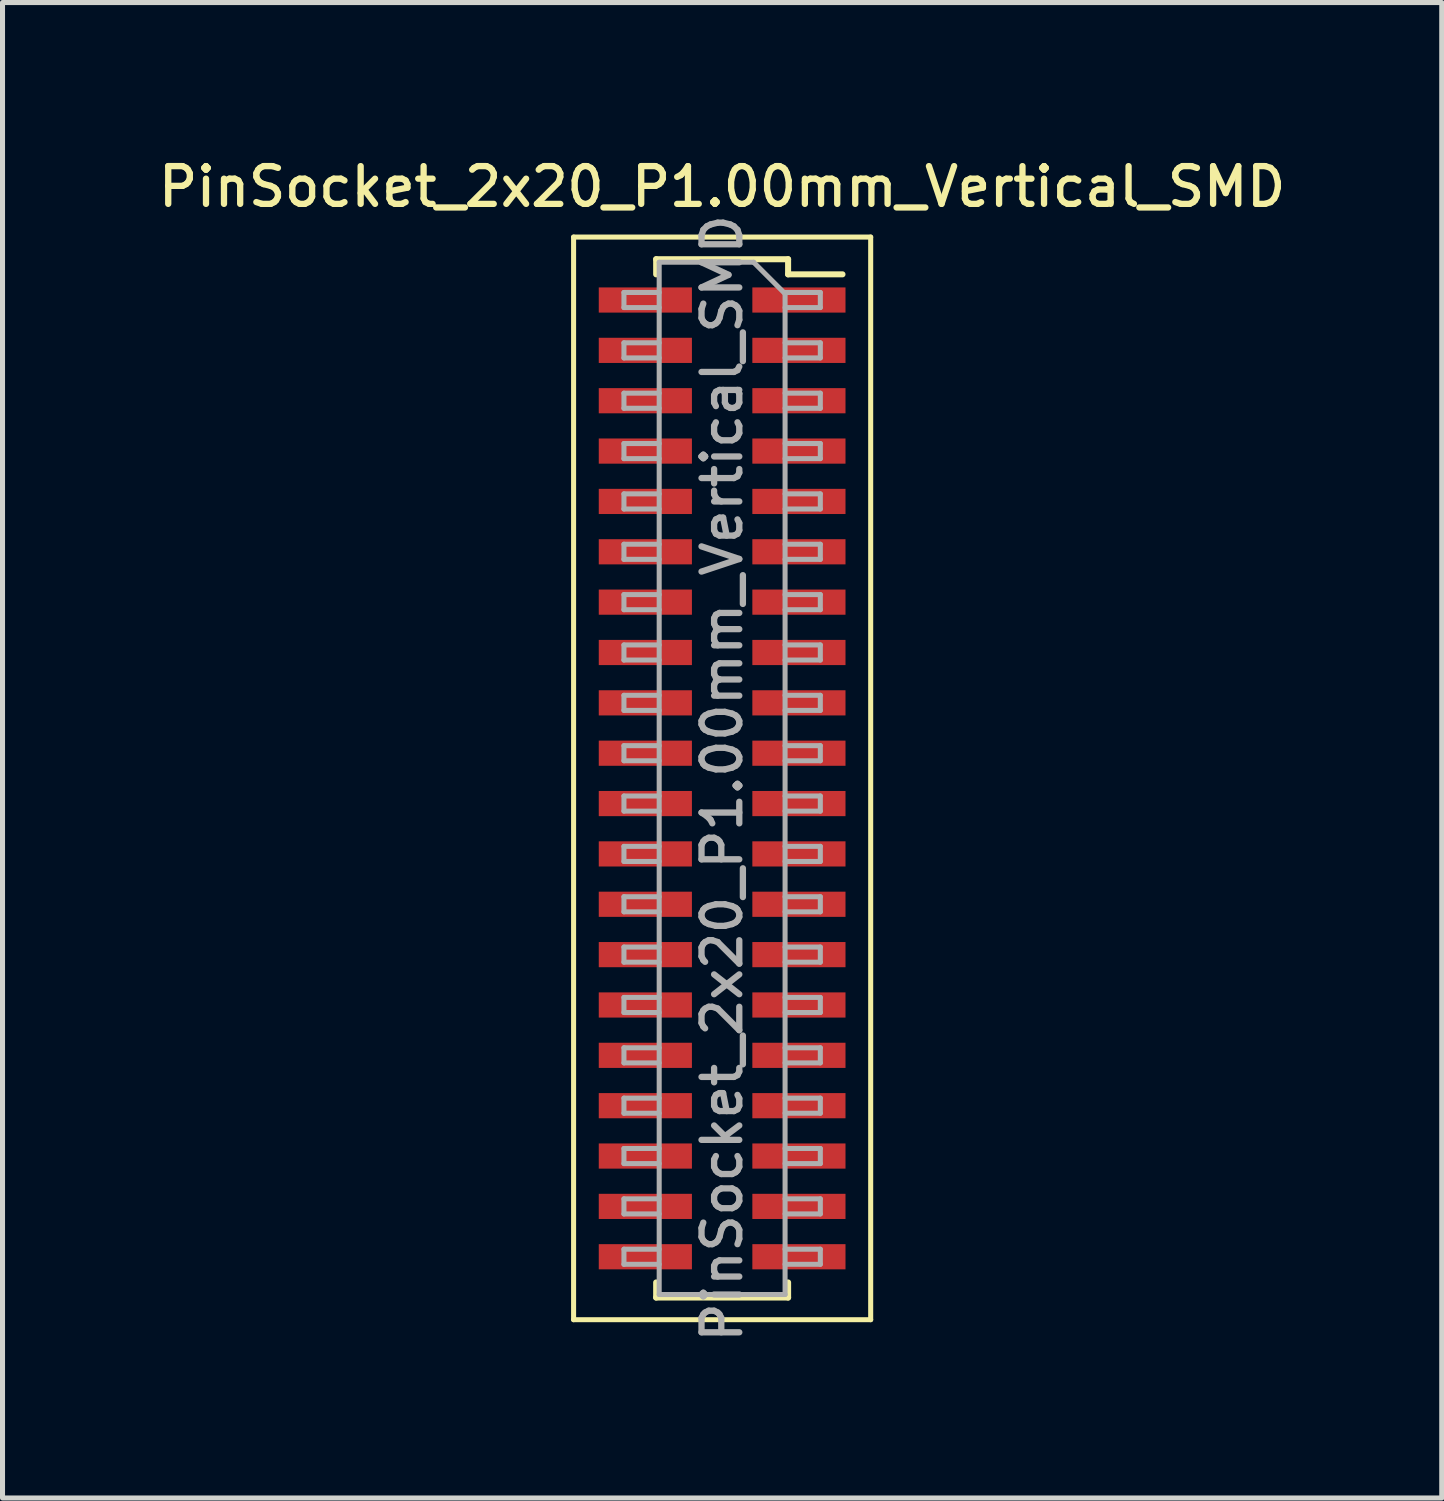
<source format=kicad_pcb>
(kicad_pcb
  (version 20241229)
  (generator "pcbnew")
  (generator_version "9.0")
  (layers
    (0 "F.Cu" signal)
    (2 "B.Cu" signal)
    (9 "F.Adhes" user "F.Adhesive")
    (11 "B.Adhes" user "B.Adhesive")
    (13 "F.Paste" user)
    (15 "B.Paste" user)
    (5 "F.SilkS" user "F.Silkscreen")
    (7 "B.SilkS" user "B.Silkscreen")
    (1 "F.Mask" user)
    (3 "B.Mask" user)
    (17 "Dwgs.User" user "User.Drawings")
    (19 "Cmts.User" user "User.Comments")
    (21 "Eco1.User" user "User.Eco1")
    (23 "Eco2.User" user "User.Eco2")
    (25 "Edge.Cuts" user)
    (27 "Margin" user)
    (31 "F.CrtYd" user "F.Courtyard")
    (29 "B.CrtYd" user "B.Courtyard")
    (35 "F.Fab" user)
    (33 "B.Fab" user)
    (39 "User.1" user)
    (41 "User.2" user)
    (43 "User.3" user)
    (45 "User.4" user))
  (footprint "PinSocket_2x20_P1.00mm_Vertical_SMD"
    (layer "F.Cu")
    (at 11.291 12.408)
    (property "Reference" "PinSocket_2x20_P1.00mm_Vertical_SMD" (at 0 -11.75 0) (layer "F.SilkS") (effects (font (size 0.75 0.75) (thickness 0.125))))
    (attr smd)
    (fp_line (start -2.95 -10.75) (end 2.95 -10.75) (stroke (width 0.1) (type solid)) (layer "F.SilkS"))
    (fp_line (start -2.95 10.75) (end -2.95 -10.75) (stroke (width 0.1) (type solid)) (layer "F.SilkS"))
    (fp_line (start -1.31 -10.31) (end -1.31 -10.01) (stroke (width 0.12) (type solid)) (layer "F.SilkS"))
    (fp_line (start -1.31 -10.31) (end 1.31 -10.31) (stroke (width 0.12) (type solid)) (layer "F.SilkS"))
    (fp_line (start -1.31 10.01) (end -1.31 10.31) (stroke (width 0.12) (type solid)) (layer "F.SilkS"))
    (fp_line (start -1.31 10.31) (end 1.31 10.31) (stroke (width 0.12) (type solid)) (layer "F.SilkS"))
    (fp_line (start 1.31 -10.31) (end 1.31 -10.01) (stroke (width 0.12) (type solid)) (layer "F.SilkS"))
    (fp_line (start 1.31 -10.01) (end 2.39 -10.01) (stroke (width 0.12) (type solid)) (layer "F.SilkS"))
    (fp_line (start 1.31 10.01) (end 1.31 10.31) (stroke (width 0.12) (type solid)) (layer "F.SilkS"))
    (fp_line (start 2.95 -10.75) (end 2.95 10.75) (stroke (width 0.1) (type solid)) (layer "F.SilkS"))
    (fp_line (start 2.95 10.75) (end -2.95 10.75) (stroke (width 0.1) (type solid)) (layer "F.SilkS"))
    (fp_line (start -1.95 -9.65) (end -1.25 -9.65) (stroke (width 0.1) (type solid)) (layer "F.Fab"))
    (fp_line (start -1.95 -9.35) (end -1.95 -9.65) (stroke (width 0.1) (type solid)) (layer "F.Fab"))
    (fp_line (start -1.95 -8.65) (end -1.25 -8.65) (stroke (width 0.1) (type solid)) (layer "F.Fab"))
    (fp_line (start -1.95 -8.35) (end -1.95 -8.65) (stroke (width 0.1) (type solid)) (layer "F.Fab"))
    (fp_line (start -1.95 -7.65) (end -1.25 -7.65) (stroke (width 0.1) (type solid)) (layer "F.Fab"))
    (fp_line (start -1.95 -7.35) (end -1.95 -7.65) (stroke (width 0.1) (type solid)) (layer "F.Fab"))
    (fp_line (start -1.95 -6.65) (end -1.25 -6.65) (stroke (width 0.1) (type solid)) (layer "F.Fab"))
    (fp_line (start -1.95 -6.35) (end -1.95 -6.65) (stroke (width 0.1) (type solid)) (layer "F.Fab"))
    (fp_line (start -1.95 -5.65) (end -1.25 -5.65) (stroke (width 0.1) (type solid)) (layer "F.Fab"))
    (fp_line (start -1.95 -5.35) (end -1.95 -5.65) (stroke (width 0.1) (type solid)) (layer "F.Fab"))
    (fp_line (start -1.95 -4.65) (end -1.25 -4.65) (stroke (width 0.1) (type solid)) (layer "F.Fab"))
    (fp_line (start -1.95 -4.35) (end -1.95 -4.65) (stroke (width 0.1) (type solid)) (layer "F.Fab"))
    (fp_line (start -1.95 -3.65) (end -1.25 -3.65) (stroke (width 0.1) (type solid)) (layer "F.Fab"))
    (fp_line (start -1.95 -3.35) (end -1.95 -3.65) (stroke (width 0.1) (type solid)) (layer "F.Fab"))
    (fp_line (start -1.95 -2.65) (end -1.25 -2.65) (stroke (width 0.1) (type solid)) (layer "F.Fab"))
    (fp_line (start -1.95 -2.35) (end -1.95 -2.65) (stroke (width 0.1) (type solid)) (layer "F.Fab"))
    (fp_line (start -1.95 -1.65) (end -1.25 -1.65) (stroke (width 0.1) (type solid)) (layer "F.Fab"))
    (fp_line (start -1.95 -1.35) (end -1.95 -1.65) (stroke (width 0.1) (type solid)) (layer "F.Fab"))
    (fp_line (start -1.95 -0.65) (end -1.25 -0.65) (stroke (width 0.1) (type solid)) (layer "F.Fab"))
    (fp_line (start -1.95 -0.35) (end -1.95 -0.65) (stroke (width 0.1) (type solid)) (layer "F.Fab"))
    (fp_line (start -1.95 0.35) (end -1.25 0.35) (stroke (width 0.1) (type solid)) (layer "F.Fab"))
    (fp_line (start -1.95 0.65) (end -1.95 0.35) (stroke (width 0.1) (type solid)) (layer "F.Fab"))
    (fp_line (start -1.95 1.35) (end -1.25 1.35) (stroke (width 0.1) (type solid)) (layer "F.Fab"))
    (fp_line (start -1.95 1.65) (end -1.95 1.35) (stroke (width 0.1) (type solid)) (layer "F.Fab"))
    (fp_line (start -1.95 2.35) (end -1.25 2.35) (stroke (width 0.1) (type solid)) (layer "F.Fab"))
    (fp_line (start -1.95 2.65) (end -1.95 2.35) (stroke (width 0.1) (type solid)) (layer "F.Fab"))
    (fp_line (start -1.95 3.35) (end -1.25 3.35) (stroke (width 0.1) (type solid)) (layer "F.Fab"))
    (fp_line (start -1.95 3.65) (end -1.95 3.35) (stroke (width 0.1) (type solid)) (layer "F.Fab"))
    (fp_line (start -1.95 4.35) (end -1.25 4.35) (stroke (width 0.1) (type solid)) (layer "F.Fab"))
    (fp_line (start -1.95 4.65) (end -1.95 4.35) (stroke (width 0.1) (type solid)) (layer "F.Fab"))
    (fp_line (start -1.95 5.35) (end -1.25 5.35) (stroke (width 0.1) (type solid)) (layer "F.Fab"))
    (fp_line (start -1.95 5.65) (end -1.95 5.35) (stroke (width 0.1) (type solid)) (layer "F.Fab"))
    (fp_line (start -1.95 6.35) (end -1.25 6.35) (stroke (width 0.1) (type solid)) (layer "F.Fab"))
    (fp_line (start -1.95 6.65) (end -1.95 6.35) (stroke (width 0.1) (type solid)) (layer "F.Fab"))
    (fp_line (start -1.95 7.35) (end -1.25 7.35) (stroke (width 0.1) (type solid)) (layer "F.Fab"))
    (fp_line (start -1.95 7.65) (end -1.95 7.35) (stroke (width 0.1) (type solid)) (layer "F.Fab"))
    (fp_line (start -1.95 8.35) (end -1.25 8.35) (stroke (width 0.1) (type solid)) (layer "F.Fab"))
    (fp_line (start -1.95 8.65) (end -1.95 8.35) (stroke (width 0.1) (type solid)) (layer "F.Fab"))
    (fp_line (start -1.95 9.35) (end -1.25 9.35) (stroke (width 0.1) (type solid)) (layer "F.Fab"))
    (fp_line (start -1.95 9.65) (end -1.95 9.35) (stroke (width 0.1) (type solid)) (layer "F.Fab"))
    (fp_line (start -1.25 -10.25) (end 0.625 -10.25) (stroke (width 0.1) (type solid)) (layer "F.Fab"))
    (fp_line (start -1.25 -9.35) (end -1.95 -9.35) (stroke (width 0.1) (type solid)) (layer "F.Fab"))
    (fp_line (start -1.25 -8.35) (end -1.95 -8.35) (stroke (width 0.1) (type solid)) (layer "F.Fab"))
    (fp_line (start -1.25 -7.35) (end -1.95 -7.35) (stroke (width 0.1) (type solid)) (layer "F.Fab"))
    (fp_line (start -1.25 -6.35) (end -1.95 -6.35) (stroke (width 0.1) (type solid)) (layer "F.Fab"))
    (fp_line (start -1.25 -5.35) (end -1.95 -5.35) (stroke (width 0.1) (type solid)) (layer "F.Fab"))
    (fp_line (start -1.25 -4.35) (end -1.95 -4.35) (stroke (width 0.1) (type solid)) (layer "F.Fab"))
    (fp_line (start -1.25 -3.35) (end -1.95 -3.35) (stroke (width 0.1) (type solid)) (layer "F.Fab"))
    (fp_line (start -1.25 -2.35) (end -1.95 -2.35) (stroke (width 0.1) (type solid)) (layer "F.Fab"))
    (fp_line (start -1.25 -1.35) (end -1.95 -1.35) (stroke (width 0.1) (type solid)) (layer "F.Fab"))
    (fp_line (start -1.25 -0.35) (end -1.95 -0.35) (stroke (width 0.1) (type solid)) (layer "F.Fab"))
    (fp_line (start -1.25 0.65) (end -1.95 0.65) (stroke (width 0.1) (type solid)) (layer "F.Fab"))
    (fp_line (start -1.25 1.65) (end -1.95 1.65) (stroke (width 0.1) (type solid)) (layer "F.Fab"))
    (fp_line (start -1.25 2.65) (end -1.95 2.65) (stroke (width 0.1) (type solid)) (layer "F.Fab"))
    (fp_line (start -1.25 3.65) (end -1.95 3.65) (stroke (width 0.1) (type solid)) (layer "F.Fab"))
    (fp_line (start -1.25 4.65) (end -1.95 4.65) (stroke (width 0.1) (type solid)) (layer "F.Fab"))
    (fp_line (start -1.25 5.65) (end -1.95 5.65) (stroke (width 0.1) (type solid)) (layer "F.Fab"))
    (fp_line (start -1.25 6.65) (end -1.95 6.65) (stroke (width 0.1) (type solid)) (layer "F.Fab"))
    (fp_line (start -1.25 7.65) (end -1.95 7.65) (stroke (width 0.1) (type solid)) (layer "F.Fab"))
    (fp_line (start -1.25 8.65) (end -1.95 8.65) (stroke (width 0.1) (type solid)) (layer "F.Fab"))
    (fp_line (start -1.25 9.65) (end -1.95 9.65) (stroke (width 0.1) (type solid)) (layer "F.Fab"))
    (fp_line (start -1.25 10.25) (end -1.25 -10.25) (stroke (width 0.1) (type solid)) (layer "F.Fab"))
    (fp_line (start 0.625 -10.25) (end 1.25 -9.625) (stroke (width 0.1) (type solid)) (layer "F.Fab"))
    (fp_line (start 1.25 -9.65) (end 1.95 -9.65) (stroke (width 0.1) (type solid)) (layer "F.Fab"))
    (fp_line (start 1.25 -9.625) (end 1.25 10.25) (stroke (width 0.1) (type solid)) (layer "F.Fab"))
    (fp_line (start 1.25 -8.65) (end 1.95 -8.65) (stroke (width 0.1) (type solid)) (layer "F.Fab"))
    (fp_line (start 1.25 -7.65) (end 1.95 -7.65) (stroke (width 0.1) (type solid)) (layer "F.Fab"))
    (fp_line (start 1.25 -6.65) (end 1.95 -6.65) (stroke (width 0.1) (type solid)) (layer "F.Fab"))
    (fp_line (start 1.25 -5.65) (end 1.95 -5.65) (stroke (width 0.1) (type solid)) (layer "F.Fab"))
    (fp_line (start 1.25 -4.65) (end 1.95 -4.65) (stroke (width 0.1) (type solid)) (layer "F.Fab"))
    (fp_line (start 1.25 -3.65) (end 1.95 -3.65) (stroke (width 0.1) (type solid)) (layer "F.Fab"))
    (fp_line (start 1.25 -2.65) (end 1.95 -2.65) (stroke (width 0.1) (type solid)) (layer "F.Fab"))
    (fp_line (start 1.25 -1.65) (end 1.95 -1.65) (stroke (width 0.1) (type solid)) (layer "F.Fab"))
    (fp_line (start 1.25 -0.65) (end 1.95 -0.65) (stroke (width 0.1) (type solid)) (layer "F.Fab"))
    (fp_line (start 1.25 0.35) (end 1.95 0.35) (stroke (width 0.1) (type solid)) (layer "F.Fab"))
    (fp_line (start 1.25 1.35) (end 1.95 1.35) (stroke (width 0.1) (type solid)) (layer "F.Fab"))
    (fp_line (start 1.25 2.35) (end 1.95 2.35) (stroke (width 0.1) (type solid)) (layer "F.Fab"))
    (fp_line (start 1.25 3.35) (end 1.95 3.35) (stroke (width 0.1) (type solid)) (layer "F.Fab"))
    (fp_line (start 1.25 4.35) (end 1.95 4.35) (stroke (width 0.1) (type solid)) (layer "F.Fab"))
    (fp_line (start 1.25 5.35) (end 1.95 5.35) (stroke (width 0.1) (type solid)) (layer "F.Fab"))
    (fp_line (start 1.25 6.35) (end 1.95 6.35) (stroke (width 0.1) (type solid)) (layer "F.Fab"))
    (fp_line (start 1.25 7.35) (end 1.95 7.35) (stroke (width 0.1) (type solid)) (layer "F.Fab"))
    (fp_line (start 1.25 8.35) (end 1.95 8.35) (stroke (width 0.1) (type solid)) (layer "F.Fab"))
    (fp_line (start 1.25 9.35) (end 1.95 9.35) (stroke (width 0.1) (type solid)) (layer "F.Fab"))
    (fp_line (start 1.25 10.25) (end -1.25 10.25) (stroke (width 0.1) (type solid)) (layer "F.Fab"))
    (fp_line (start 1.95 -9.65) (end 1.95 -9.35) (stroke (width 0.1) (type solid)) (layer "F.Fab"))
    (fp_line (start 1.95 -9.35) (end 1.25 -9.35) (stroke (width 0.1) (type solid)) (layer "F.Fab"))
    (fp_line (start 1.95 -8.65) (end 1.95 -8.35) (stroke (width 0.1) (type solid)) (layer "F.Fab"))
    (fp_line (start 1.95 -8.35) (end 1.25 -8.35) (stroke (width 0.1) (type solid)) (layer "F.Fab"))
    (fp_line (start 1.95 -7.65) (end 1.95 -7.35) (stroke (width 0.1) (type solid)) (layer "F.Fab"))
    (fp_line (start 1.95 -7.35) (end 1.25 -7.35) (stroke (width 0.1) (type solid)) (layer "F.Fab"))
    (fp_line (start 1.95 -6.65) (end 1.95 -6.35) (stroke (width 0.1) (type solid)) (layer "F.Fab"))
    (fp_line (start 1.95 -6.35) (end 1.25 -6.35) (stroke (width 0.1) (type solid)) (layer "F.Fab"))
    (fp_line (start 1.95 -5.65) (end 1.95 -5.35) (stroke (width 0.1) (type solid)) (layer "F.Fab"))
    (fp_line (start 1.95 -5.35) (end 1.25 -5.35) (stroke (width 0.1) (type solid)) (layer "F.Fab"))
    (fp_line (start 1.95 -4.65) (end 1.95 -4.35) (stroke (width 0.1) (type solid)) (layer "F.Fab"))
    (fp_line (start 1.95 -4.35) (end 1.25 -4.35) (stroke (width 0.1) (type solid)) (layer "F.Fab"))
    (fp_line (start 1.95 -3.65) (end 1.95 -3.35) (stroke (width 0.1) (type solid)) (layer "F.Fab"))
    (fp_line (start 1.95 -3.35) (end 1.25 -3.35) (stroke (width 0.1) (type solid)) (layer "F.Fab"))
    (fp_line (start 1.95 -2.65) (end 1.95 -2.35) (stroke (width 0.1) (type solid)) (layer "F.Fab"))
    (fp_line (start 1.95 -2.35) (end 1.25 -2.35) (stroke (width 0.1) (type solid)) (layer "F.Fab"))
    (fp_line (start 1.95 -1.65) (end 1.95 -1.35) (stroke (width 0.1) (type solid)) (layer "F.Fab"))
    (fp_line (start 1.95 -1.35) (end 1.25 -1.35) (stroke (width 0.1) (type solid)) (layer "F.Fab"))
    (fp_line (start 1.95 -0.65) (end 1.95 -0.35) (stroke (width 0.1) (type solid)) (layer "F.Fab"))
    (fp_line (start 1.95 -0.35) (end 1.25 -0.35) (stroke (width 0.1) (type solid)) (layer "F.Fab"))
    (fp_line (start 1.95 0.35) (end 1.95 0.65) (stroke (width 0.1) (type solid)) (layer "F.Fab"))
    (fp_line (start 1.95 0.65) (end 1.25 0.65) (stroke (width 0.1) (type solid)) (layer "F.Fab"))
    (fp_line (start 1.95 1.35) (end 1.95 1.65) (stroke (width 0.1) (type solid)) (layer "F.Fab"))
    (fp_line (start 1.95 1.65) (end 1.25 1.65) (stroke (width 0.1) (type solid)) (layer "F.Fab"))
    (fp_line (start 1.95 2.35) (end 1.95 2.65) (stroke (width 0.1) (type solid)) (layer "F.Fab"))
    (fp_line (start 1.95 2.65) (end 1.25 2.65) (stroke (width 0.1) (type solid)) (layer "F.Fab"))
    (fp_line (start 1.95 3.35) (end 1.95 3.65) (stroke (width 0.1) (type solid)) (layer "F.Fab"))
    (fp_line (start 1.95 3.65) (end 1.25 3.65) (stroke (width 0.1) (type solid)) (layer "F.Fab"))
    (fp_line (start 1.95 4.35) (end 1.95 4.65) (stroke (width 0.1) (type solid)) (layer "F.Fab"))
    (fp_line (start 1.95 4.65) (end 1.25 4.65) (stroke (width 0.1) (type solid)) (layer "F.Fab"))
    (fp_line (start 1.95 5.35) (end 1.95 5.65) (stroke (width 0.1) (type solid)) (layer "F.Fab"))
    (fp_line (start 1.95 5.65) (end 1.25 5.65) (stroke (width 0.1) (type solid)) (layer "F.Fab"))
    (fp_line (start 1.95 6.35) (end 1.95 6.65) (stroke (width 0.1) (type solid)) (layer "F.Fab"))
    (fp_line (start 1.95 6.65) (end 1.25 6.65) (stroke (width 0.1) (type solid)) (layer "F.Fab"))
    (fp_line (start 1.95 7.35) (end 1.95 7.65) (stroke (width 0.1) (type solid)) (layer "F.Fab"))
    (fp_line (start 1.95 7.65) (end 1.25 7.65) (stroke (width 0.1) (type solid)) (layer "F.Fab"))
    (fp_line (start 1.95 8.35) (end 1.95 8.65) (stroke (width 0.1) (type solid)) (layer "F.Fab"))
    (fp_line (start 1.95 8.65) (end 1.25 8.65) (stroke (width 0.1) (type solid)) (layer "F.Fab"))
    (fp_line (start 1.95 9.35) (end 1.95 9.65) (stroke (width 0.1) (type solid)) (layer "F.Fab"))
    (fp_line (start 1.95 9.65) (end 1.25 9.65) (stroke (width 0.1) (type solid)) (layer "F.Fab"))
    (fp_text user "${REFERENCE}" (at 0 0 90) (layer "F.Fab") (effects (font (size 0.75 0.75) (thickness 0.125))))
    (pad "1" smd rect (at 1.525 -9.5) (size 1.85 0.5) (layers "F.Cu" "F.Mask" "F.Paste"))
    (pad "2" smd rect (at -1.525 -9.5) (size 1.85 0.5) (layers "F.Cu" "F.Mask" "F.Paste"))
    (pad "3" smd rect (at 1.525 -8.5) (size 1.85 0.5) (layers "F.Cu" "F.Mask" "F.Paste"))
    (pad "4" smd rect (at -1.525 -8.5) (size 1.85 0.5) (layers "F.Cu" "F.Mask" "F.Paste"))
    (pad "5" smd rect (at 1.525 -7.5) (size 1.85 0.5) (layers "F.Cu" "F.Mask" "F.Paste"))
    (pad "6" smd rect (at -1.525 -7.5) (size 1.85 0.5) (layers "F.Cu" "F.Mask" "F.Paste"))
    (pad "7" smd rect (at 1.525 -6.5) (size 1.85 0.5) (layers "F.Cu" "F.Mask" "F.Paste"))
    (pad "8" smd rect (at -1.525 -6.5) (size 1.85 0.5) (layers "F.Cu" "F.Mask" "F.Paste"))
    (pad "9" smd rect (at 1.525 -5.5) (size 1.85 0.5) (layers "F.Cu" "F.Mask" "F.Paste"))
    (pad "10" smd rect (at -1.525 -5.5) (size 1.85 0.5) (layers "F.Cu" "F.Mask" "F.Paste"))
    (pad "11" smd rect (at 1.525 -4.5) (size 1.85 0.5) (layers "F.Cu" "F.Mask" "F.Paste"))
    (pad "12" smd rect (at -1.525 -4.5) (size 1.85 0.5) (layers "F.Cu" "F.Mask" "F.Paste"))
    (pad "13" smd rect (at 1.525 -3.5) (size 1.85 0.5) (layers "F.Cu" "F.Mask" "F.Paste"))
    (pad "14" smd rect (at -1.525 -3.5) (size 1.85 0.5) (layers "F.Cu" "F.Mask" "F.Paste"))
    (pad "15" smd rect (at 1.525 -2.5) (size 1.85 0.5) (layers "F.Cu" "F.Mask" "F.Paste"))
    (pad "16" smd rect (at -1.525 -2.5) (size 1.85 0.5) (layers "F.Cu" "F.Mask" "F.Paste"))
    (pad "17" smd rect (at 1.525 -1.5) (size 1.85 0.5) (layers "F.Cu" "F.Mask" "F.Paste"))
    (pad "18" smd rect (at -1.525 -1.5) (size 1.85 0.5) (layers "F.Cu" "F.Mask" "F.Paste"))
    (pad "19" smd rect (at 1.525 -0.5) (size 1.85 0.5) (layers "F.Cu" "F.Mask" "F.Paste"))
    (pad "20" smd rect (at -1.525 -0.5) (size 1.85 0.5) (layers "F.Cu" "F.Mask" "F.Paste"))
    (pad "21" smd rect (at 1.525 0.5) (size 1.85 0.5) (layers "F.Cu" "F.Mask" "F.Paste"))
    (pad "22" smd rect (at -1.525 0.5) (size 1.85 0.5) (layers "F.Cu" "F.Mask" "F.Paste"))
    (pad "23" smd rect (at 1.525 1.5) (size 1.85 0.5) (layers "F.Cu" "F.Mask" "F.Paste"))
    (pad "24" smd rect (at -1.525 1.5) (size 1.85 0.5) (layers "F.Cu" "F.Mask" "F.Paste"))
    (pad "25" smd rect (at 1.525 2.5) (size 1.85 0.5) (layers "F.Cu" "F.Mask" "F.Paste"))
    (pad "26" smd rect (at -1.525 2.5) (size 1.85 0.5) (layers "F.Cu" "F.Mask" "F.Paste"))
    (pad "27" smd rect (at 1.525 3.5) (size 1.85 0.5) (layers "F.Cu" "F.Mask" "F.Paste"))
    (pad "28" smd rect (at -1.525 3.5) (size 1.85 0.5) (layers "F.Cu" "F.Mask" "F.Paste"))
    (pad "29" smd rect (at 1.525 4.5) (size 1.85 0.5) (layers "F.Cu" "F.Mask" "F.Paste"))
    (pad "30" smd rect (at -1.525 4.5) (size 1.85 0.5) (layers "F.Cu" "F.Mask" "F.Paste"))
    (pad "31" smd rect (at 1.525 5.5) (size 1.85 0.5) (layers "F.Cu" "F.Mask" "F.Paste"))
    (pad "32" smd rect (at -1.525 5.5) (size 1.85 0.5) (layers "F.Cu" "F.Mask" "F.Paste"))
    (pad "33" smd rect (at 1.525 6.5) (size 1.85 0.5) (layers "F.Cu" "F.Mask" "F.Paste"))
    (pad "34" smd rect (at -1.525 6.5) (size 1.85 0.5) (layers "F.Cu" "F.Mask" "F.Paste"))
    (pad "35" smd rect (at 1.525 7.5) (size 1.85 0.5) (layers "F.Cu" "F.Mask" "F.Paste"))
    (pad "36" smd rect (at -1.525 7.5) (size 1.85 0.5) (layers "F.Cu" "F.Mask" "F.Paste"))
    (pad "37" smd rect (at 1.525 8.5) (size 1.85 0.5) (layers "F.Cu" "F.Mask" "F.Paste"))
    (pad "38" smd rect (at -1.525 8.5) (size 1.85 0.5) (layers "F.Cu" "F.Mask" "F.Paste"))
    (pad "39" smd rect (at 1.525 9.5) (size 1.85 0.5) (layers "F.Cu" "F.Mask" "F.Paste"))
    (pad "40" smd rect (at -1.525 9.5) (size 1.85 0.5) (layers "F.Cu" "F.Mask" "F.Paste")))
  (gr_rect
    (start -3 -3)
    (end 25.582 26.699)
    (stroke (width 0.1) (type default))
    (fill no)
    (layer "Edge.Cuts")))
</source>
